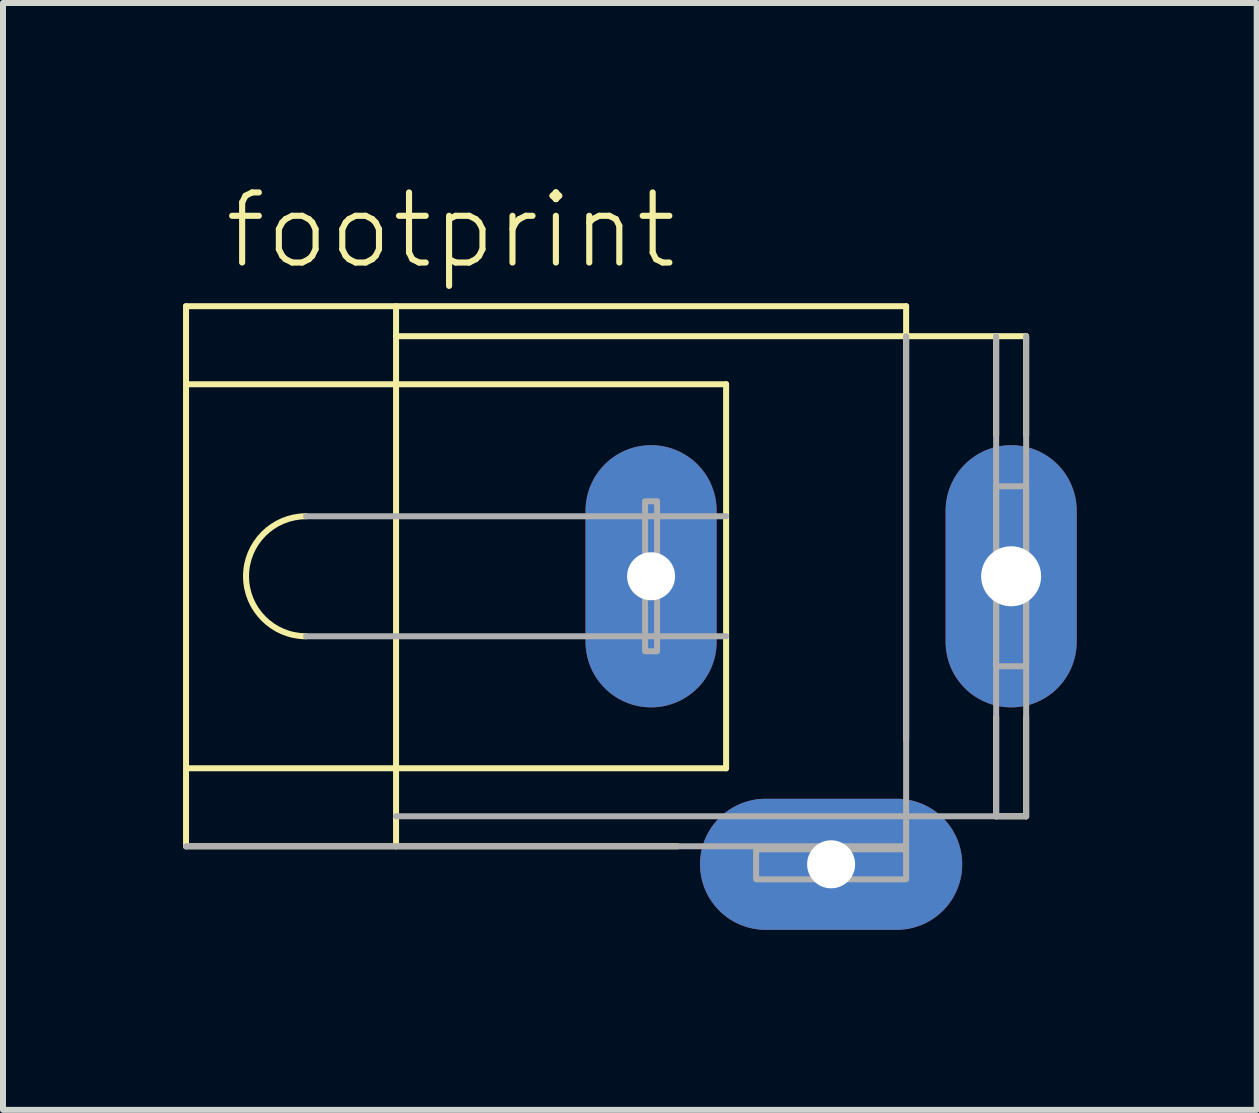
<source format=kicad_pcb>
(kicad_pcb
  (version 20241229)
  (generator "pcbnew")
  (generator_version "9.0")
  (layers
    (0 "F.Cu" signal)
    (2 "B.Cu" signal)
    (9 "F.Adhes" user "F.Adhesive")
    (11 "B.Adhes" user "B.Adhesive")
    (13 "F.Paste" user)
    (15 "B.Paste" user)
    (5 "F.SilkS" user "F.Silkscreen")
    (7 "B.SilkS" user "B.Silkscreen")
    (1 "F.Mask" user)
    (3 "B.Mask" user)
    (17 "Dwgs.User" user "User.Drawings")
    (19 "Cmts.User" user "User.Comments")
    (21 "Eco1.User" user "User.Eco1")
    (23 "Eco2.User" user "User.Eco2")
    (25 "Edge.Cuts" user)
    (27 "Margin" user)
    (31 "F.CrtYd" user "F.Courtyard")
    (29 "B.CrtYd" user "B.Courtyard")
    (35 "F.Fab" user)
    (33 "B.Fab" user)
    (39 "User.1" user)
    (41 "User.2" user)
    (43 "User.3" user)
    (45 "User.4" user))
  (footprint "footprint"
    (layer "F.Cu")
    (at 10.8 6.553)
    (property "Reference" "footprint" (at -10.16 -5.08 0) (layer "F.SilkS") (effects (font (size 1.168 1.168) (thickness 0.102)) (justify left bottom)))
    (fp_line (start -10.75 -4.5) (end 1.25 -4.5) (stroke (width 0.1) (type solid)) (layer "F.SilkS"))
    (fp_line (start -10.75 -3.2) (end -10.75 -4.5) (stroke (width 0.1) (type solid)) (layer "F.SilkS"))
    (fp_line (start -10.75 -3.2) (end -1.75 -3.2) (stroke (width 0.1) (type solid)) (layer "F.SilkS"))
    (fp_line (start -10.75 3.2) (end -10.75 -3.2) (stroke (width 0.1) (type solid)) (layer "F.SilkS"))
    (fp_line (start -10.75 3.2) (end -1.75 3.2) (stroke (width 0.1) (type solid)) (layer "F.SilkS"))
    (fp_line (start -10.75 4.5) (end -10.75 3.2) (stroke (width 0.1) (type solid)) (layer "F.SilkS"))
    (fp_line (start -10.75 4.5) (end -2.56 4.5) (stroke (width 0.1) (type solid)) (layer "F.SilkS"))
    (fp_line (start -7.25 -4) (end -7.25 -4.5) (stroke (width 0.1) (type solid)) (layer "F.SilkS"))
    (fp_line (start -7.25 -4) (end 1.25 -4) (stroke (width 0.1) (type solid)) (layer "F.SilkS"))
    (fp_line (start -7.25 4.5) (end -7.25 -4) (stroke (width 0.1) (type solid)) (layer "F.SilkS"))
    (fp_line (start -1.75 -1) (end -1.75 -3.2) (stroke (width 0.1) (type solid)) (layer "F.SilkS"))
    (fp_line (start -1.75 1) (end -1.75 -1) (stroke (width 0.1) (type solid)) (layer "F.SilkS"))
    (fp_line (start -1.75 3.2) (end -1.75 1) (stroke (width 0.1) (type solid)) (layer "F.SilkS"))
    (fp_line (start 1.25 -4) (end 1.25 -4.5) (stroke (width 0.1) (type solid)) (layer "F.SilkS"))
    (fp_line (start 1.25 -4) (end 2.75 -4) (stroke (width 0.1) (type solid)) (layer "F.SilkS"))
    (fp_line (start 1.25 2.73) (end 1.25 -4) (stroke (width 0.1) (type solid)) (layer "F.SilkS"))
    (fp_line (start 2.75 -4) (end 3.25 -4) (stroke (width 0.1) (type solid)) (layer "F.SilkS"))
    (fp_line (start 2.75 -2.35) (end 2.75 -4) (stroke (width 0.1) (type solid)) (layer "F.SilkS"))
    (fp_line (start 2.75 4) (end 2.75 2.35) (stroke (width 0.1) (type solid)) (layer "F.SilkS"))
    (fp_line (start 2.75 4) (end 3.25 4) (stroke (width 0.1) (type solid)) (layer "F.SilkS"))
    (fp_line (start 3.25 -2.35) (end 3.25 -4) (stroke (width 0.1) (type solid)) (layer "F.SilkS"))
    (fp_line (start 3.25 4) (end 3.25 2.35) (stroke (width 0.1) (type solid)) (layer "F.SilkS"))
    (fp_arc (start -8.75 1) (mid -9.75 0) (end -8.75 -1) (stroke (width 0.1) (type solid)) (layer "F.SilkS"))
    (fp_line (start -10.75 4.5) (end 1.25 4.5) (stroke (width 0.1) (type solid)) (layer "F.Fab"))
    (fp_line (start -8.75 -1) (end -1.75 -1) (stroke (width 0.1) (type solid)) (layer "F.Fab"))
    (fp_line (start -8.75 1) (end -1.75 1) (stroke (width 0.1) (type solid)) (layer "F.Fab"))
    (fp_line (start -7.25 4) (end 1.25 4) (stroke (width 0.1) (type solid)) (layer "F.Fab"))
    (fp_line (start 1.25 4) (end 1.25 -4) (stroke (width 0.1) (type solid)) (layer "F.Fab"))
    (fp_line (start 1.25 4) (end 2.75 4) (stroke (width 0.1) (type solid)) (layer "F.Fab"))
    (fp_line (start 1.25 4.5) (end 1.25 4) (stroke (width 0.1) (type solid)) (layer "F.Fab"))
    (fp_line (start 2.75 4) (end 2.75 -4) (stroke (width 0.1) (type solid)) (layer "F.Fab"))
    (fp_line (start 2.75 4) (end 3.25 4) (stroke (width 0.1) (type solid)) (layer "F.Fab"))
    (fp_line (start 3.25 4) (end 3.25 -4) (stroke (width 0.1) (type solid)) (layer "F.Fab"))
    (fp_poly (pts (xy -3.1 1.25) (xy -2.9 1.25) (xy -2.9 -1.25) (xy -3.1 -1.25)) (stroke (width 0.1) (type solid)) (fill no) (layer "F.Fab"))
    (fp_poly (pts (xy -1.25 5.05) (xy 1.25 5.05) (xy 1.25 4.55) (xy -1.25 4.55)) (stroke (width 0.1) (type solid)) (fill no) (layer "F.Fab"))
    (fp_poly (pts (xy 2.75 1.5) (xy 3.25 1.5) (xy 3.25 -1.5) (xy 2.75 -1.5)) (stroke (width 0.1) (type solid)) (fill no) (layer "F.Fab"))
    (pad "1" thru_hole oval (at -3 0 90) (size 4.369 2.184) (drill 0.8) (layers "*.Cu" "*.Mask"))
    (pad "2" thru_hole oval (at 0 4.8) (size 4.369 2.184) (drill 0.8) (layers "*.Cu" "*.Mask"))
    (pad "3" thru_hole oval (at 3 0 90) (size 4.369 2.184) (drill 1) (layers "*.Cu" "*.Mask")))
  (gr_rect
    (start -3 -3)
    (end 17.892 15.445)
    (stroke (width 0.1) (type default))
    (fill no)
    (layer "Edge.Cuts")))
</source>
